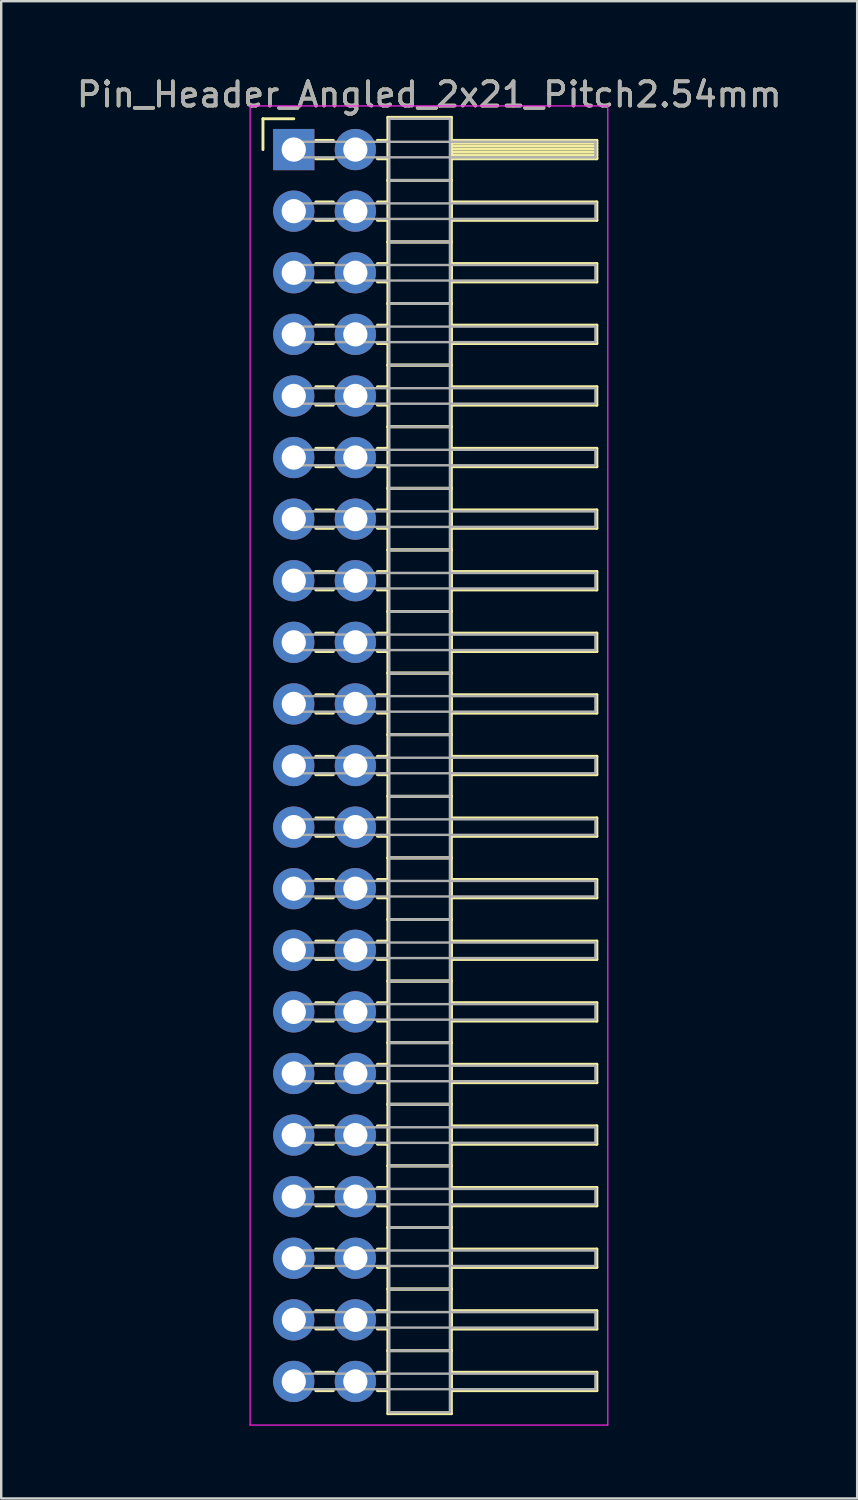
<source format=kicad_pcb>
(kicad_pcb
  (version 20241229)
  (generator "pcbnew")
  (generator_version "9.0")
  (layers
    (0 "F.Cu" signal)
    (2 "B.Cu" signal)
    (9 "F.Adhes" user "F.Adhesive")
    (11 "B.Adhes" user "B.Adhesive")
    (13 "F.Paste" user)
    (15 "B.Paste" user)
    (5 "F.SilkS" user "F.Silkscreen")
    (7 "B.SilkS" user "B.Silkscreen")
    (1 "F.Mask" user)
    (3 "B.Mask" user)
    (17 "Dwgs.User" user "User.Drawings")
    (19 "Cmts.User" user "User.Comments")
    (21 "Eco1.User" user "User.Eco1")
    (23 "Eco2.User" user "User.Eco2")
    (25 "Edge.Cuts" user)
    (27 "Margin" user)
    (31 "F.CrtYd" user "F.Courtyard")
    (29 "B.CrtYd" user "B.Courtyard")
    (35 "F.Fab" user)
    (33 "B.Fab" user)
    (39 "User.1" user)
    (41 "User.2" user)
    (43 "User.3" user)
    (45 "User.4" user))
  (footprint "Pin_Header_Angled_2x21_Pitch2.54mm"
    (layer "F.Cu")
    (at 9.064 3.118)
    (property "Reference" "Pin_Header_Angled_2x21_Pitch2.54mm" (at 5.585 -2.27 0) (layer "F.SilkS") (effects (font (size 1 1) (thickness 0.15))))
    (attr through_hole)
    (fp_line (start -1.27 -1.27) (end 0 -1.27) (stroke (width 0.12) (type solid)) (layer "F.SilkS"))
    (fp_line (start -1.27 0) (end -1.27 -1.27) (stroke (width 0.12) (type solid)) (layer "F.SilkS"))
    (fp_line (start 0.91 -0.38) (end 1.63 -0.38) (stroke (width 0.12) (type solid)) (layer "F.SilkS"))
    (fp_line (start 0.91 0.38) (end 1.63 0.38) (stroke (width 0.12) (type solid)) (layer "F.SilkS"))
    (fp_line (start 0.91 2.16) (end 1.63 2.16) (stroke (width 0.12) (type solid)) (layer "F.SilkS"))
    (fp_line (start 0.91 2.92) (end 1.63 2.92) (stroke (width 0.12) (type solid)) (layer "F.SilkS"))
    (fp_line (start 0.91 4.7) (end 1.63 4.7) (stroke (width 0.12) (type solid)) (layer "F.SilkS"))
    (fp_line (start 0.91 5.46) (end 1.63 5.46) (stroke (width 0.12) (type solid)) (layer "F.SilkS"))
    (fp_line (start 0.91 7.24) (end 1.63 7.24) (stroke (width 0.12) (type solid)) (layer "F.SilkS"))
    (fp_line (start 0.91 8) (end 1.63 8) (stroke (width 0.12) (type solid)) (layer "F.SilkS"))
    (fp_line (start 0.91 9.78) (end 1.63 9.78) (stroke (width 0.12) (type solid)) (layer "F.SilkS"))
    (fp_line (start 0.91 10.54) (end 1.63 10.54) (stroke (width 0.12) (type solid)) (layer "F.SilkS"))
    (fp_line (start 0.91 12.32) (end 1.63 12.32) (stroke (width 0.12) (type solid)) (layer "F.SilkS"))
    (fp_line (start 0.91 13.08) (end 1.63 13.08) (stroke (width 0.12) (type solid)) (layer "F.SilkS"))
    (fp_line (start 0.91 14.86) (end 1.63 14.86) (stroke (width 0.12) (type solid)) (layer "F.SilkS"))
    (fp_line (start 0.91 15.62) (end 1.63 15.62) (stroke (width 0.12) (type solid)) (layer "F.SilkS"))
    (fp_line (start 0.91 17.4) (end 1.63 17.4) (stroke (width 0.12) (type solid)) (layer "F.SilkS"))
    (fp_line (start 0.91 18.16) (end 1.63 18.16) (stroke (width 0.12) (type solid)) (layer "F.SilkS"))
    (fp_line (start 0.91 19.94) (end 1.63 19.94) (stroke (width 0.12) (type solid)) (layer "F.SilkS"))
    (fp_line (start 0.91 20.7) (end 1.63 20.7) (stroke (width 0.12) (type solid)) (layer "F.SilkS"))
    (fp_line (start 0.91 22.48) (end 1.63 22.48) (stroke (width 0.12) (type solid)) (layer "F.SilkS"))
    (fp_line (start 0.91 23.24) (end 1.63 23.24) (stroke (width 0.12) (type solid)) (layer "F.SilkS"))
    (fp_line (start 0.91 25.02) (end 1.63 25.02) (stroke (width 0.12) (type solid)) (layer "F.SilkS"))
    (fp_line (start 0.91 25.78) (end 1.63 25.78) (stroke (width 0.12) (type solid)) (layer "F.SilkS"))
    (fp_line (start 0.91 27.56) (end 1.63 27.56) (stroke (width 0.12) (type solid)) (layer "F.SilkS"))
    (fp_line (start 0.91 28.32) (end 1.63 28.32) (stroke (width 0.12) (type solid)) (layer "F.SilkS"))
    (fp_line (start 0.91 30.1) (end 1.63 30.1) (stroke (width 0.12) (type solid)) (layer "F.SilkS"))
    (fp_line (start 0.91 30.86) (end 1.63 30.86) (stroke (width 0.12) (type solid)) (layer "F.SilkS"))
    (fp_line (start 0.91 32.64) (end 1.63 32.64) (stroke (width 0.12) (type solid)) (layer "F.SilkS"))
    (fp_line (start 0.91 33.4) (end 1.63 33.4) (stroke (width 0.12) (type solid)) (layer "F.SilkS"))
    (fp_line (start 0.91 35.18) (end 1.63 35.18) (stroke (width 0.12) (type solid)) (layer "F.SilkS"))
    (fp_line (start 0.91 35.94) (end 1.63 35.94) (stroke (width 0.12) (type solid)) (layer "F.SilkS"))
    (fp_line (start 0.91 37.72) (end 1.63 37.72) (stroke (width 0.12) (type solid)) (layer "F.SilkS"))
    (fp_line (start 0.91 38.48) (end 1.63 38.48) (stroke (width 0.12) (type solid)) (layer "F.SilkS"))
    (fp_line (start 0.91 40.26) (end 1.63 40.26) (stroke (width 0.12) (type solid)) (layer "F.SilkS"))
    (fp_line (start 0.91 41.02) (end 1.63 41.02) (stroke (width 0.12) (type solid)) (layer "F.SilkS"))
    (fp_line (start 0.91 42.8) (end 1.63 42.8) (stroke (width 0.12) (type solid)) (layer "F.SilkS"))
    (fp_line (start 0.91 43.56) (end 1.63 43.56) (stroke (width 0.12) (type solid)) (layer "F.SilkS"))
    (fp_line (start 0.91 45.34) (end 1.63 45.34) (stroke (width 0.12) (type solid)) (layer "F.SilkS"))
    (fp_line (start 0.91 46.1) (end 1.63 46.1) (stroke (width 0.12) (type solid)) (layer "F.SilkS"))
    (fp_line (start 0.91 47.88) (end 1.63 47.88) (stroke (width 0.12) (type solid)) (layer "F.SilkS"))
    (fp_line (start 0.91 48.64) (end 1.63 48.64) (stroke (width 0.12) (type solid)) (layer "F.SilkS"))
    (fp_line (start 0.91 50.42) (end 1.63 50.42) (stroke (width 0.12) (type solid)) (layer "F.SilkS"))
    (fp_line (start 0.91 51.18) (end 1.63 51.18) (stroke (width 0.12) (type solid)) (layer "F.SilkS"))
    (fp_line (start 3.45 -0.38) (end 3.88 -0.38) (stroke (width 0.12) (type solid)) (layer "F.SilkS"))
    (fp_line (start 3.45 0.38) (end 3.88 0.38) (stroke (width 0.12) (type solid)) (layer "F.SilkS"))
    (fp_line (start 3.45 2.16) (end 3.88 2.16) (stroke (width 0.12) (type solid)) (layer "F.SilkS"))
    (fp_line (start 3.45 2.92) (end 3.88 2.92) (stroke (width 0.12) (type solid)) (layer "F.SilkS"))
    (fp_line (start 3.45 4.7) (end 3.88 4.7) (stroke (width 0.12) (type solid)) (layer "F.SilkS"))
    (fp_line (start 3.45 5.46) (end 3.88 5.46) (stroke (width 0.12) (type solid)) (layer "F.SilkS"))
    (fp_line (start 3.45 7.24) (end 3.88 7.24) (stroke (width 0.12) (type solid)) (layer "F.SilkS"))
    (fp_line (start 3.45 8) (end 3.88 8) (stroke (width 0.12) (type solid)) (layer "F.SilkS"))
    (fp_line (start 3.45 9.78) (end 3.88 9.78) (stroke (width 0.12) (type solid)) (layer "F.SilkS"))
    (fp_line (start 3.45 10.54) (end 3.88 10.54) (stroke (width 0.12) (type solid)) (layer "F.SilkS"))
    (fp_line (start 3.45 12.32) (end 3.88 12.32) (stroke (width 0.12) (type solid)) (layer "F.SilkS"))
    (fp_line (start 3.45 13.08) (end 3.88 13.08) (stroke (width 0.12) (type solid)) (layer "F.SilkS"))
    (fp_line (start 3.45 14.86) (end 3.88 14.86) (stroke (width 0.12) (type solid)) (layer "F.SilkS"))
    (fp_line (start 3.45 15.62) (end 3.88 15.62) (stroke (width 0.12) (type solid)) (layer "F.SilkS"))
    (fp_line (start 3.45 17.4) (end 3.88 17.4) (stroke (width 0.12) (type solid)) (layer "F.SilkS"))
    (fp_line (start 3.45 18.16) (end 3.88 18.16) (stroke (width 0.12) (type solid)) (layer "F.SilkS"))
    (fp_line (start 3.45 19.94) (end 3.88 19.94) (stroke (width 0.12) (type solid)) (layer "F.SilkS"))
    (fp_line (start 3.45 20.7) (end 3.88 20.7) (stroke (width 0.12) (type solid)) (layer "F.SilkS"))
    (fp_line (start 3.45 22.48) (end 3.88 22.48) (stroke (width 0.12) (type solid)) (layer "F.SilkS"))
    (fp_line (start 3.45 23.24) (end 3.88 23.24) (stroke (width 0.12) (type solid)) (layer "F.SilkS"))
    (fp_line (start 3.45 25.02) (end 3.88 25.02) (stroke (width 0.12) (type solid)) (layer "F.SilkS"))
    (fp_line (start 3.45 25.78) (end 3.88 25.78) (stroke (width 0.12) (type solid)) (layer "F.SilkS"))
    (fp_line (start 3.45 27.56) (end 3.88 27.56) (stroke (width 0.12) (type solid)) (layer "F.SilkS"))
    (fp_line (start 3.45 28.32) (end 3.88 28.32) (stroke (width 0.12) (type solid)) (layer "F.SilkS"))
    (fp_line (start 3.45 30.1) (end 3.88 30.1) (stroke (width 0.12) (type solid)) (layer "F.SilkS"))
    (fp_line (start 3.45 30.86) (end 3.88 30.86) (stroke (width 0.12) (type solid)) (layer "F.SilkS"))
    (fp_line (start 3.45 32.64) (end 3.88 32.64) (stroke (width 0.12) (type solid)) (layer "F.SilkS"))
    (fp_line (start 3.45 33.4) (end 3.88 33.4) (stroke (width 0.12) (type solid)) (layer "F.SilkS"))
    (fp_line (start 3.45 35.18) (end 3.88 35.18) (stroke (width 0.12) (type solid)) (layer "F.SilkS"))
    (fp_line (start 3.45 35.94) (end 3.88 35.94) (stroke (width 0.12) (type solid)) (layer "F.SilkS"))
    (fp_line (start 3.45 37.72) (end 3.88 37.72) (stroke (width 0.12) (type solid)) (layer "F.SilkS"))
    (fp_line (start 3.45 38.48) (end 3.88 38.48) (stroke (width 0.12) (type solid)) (layer "F.SilkS"))
    (fp_line (start 3.45 40.26) (end 3.88 40.26) (stroke (width 0.12) (type solid)) (layer "F.SilkS"))
    (fp_line (start 3.45 41.02) (end 3.88 41.02) (stroke (width 0.12) (type solid)) (layer "F.SilkS"))
    (fp_line (start 3.45 42.8) (end 3.88 42.8) (stroke (width 0.12) (type solid)) (layer "F.SilkS"))
    (fp_line (start 3.45 43.56) (end 3.88 43.56) (stroke (width 0.12) (type solid)) (layer "F.SilkS"))
    (fp_line (start 3.45 45.34) (end 3.88 45.34) (stroke (width 0.12) (type solid)) (layer "F.SilkS"))
    (fp_line (start 3.45 46.1) (end 3.88 46.1) (stroke (width 0.12) (type solid)) (layer "F.SilkS"))
    (fp_line (start 3.45 47.88) (end 3.88 47.88) (stroke (width 0.12) (type solid)) (layer "F.SilkS"))
    (fp_line (start 3.45 48.64) (end 3.88 48.64) (stroke (width 0.12) (type solid)) (layer "F.SilkS"))
    (fp_line (start 3.45 50.42) (end 3.88 50.42) (stroke (width 0.12) (type solid)) (layer "F.SilkS"))
    (fp_line (start 3.45 51.18) (end 3.88 51.18) (stroke (width 0.12) (type solid)) (layer "F.SilkS"))
    (fp_line (start 3.88 -1.33) (end 3.88 1.27) (stroke (width 0.12) (type solid)) (layer "F.SilkS"))
    (fp_line (start 3.88 1.27) (end 3.88 3.81) (stroke (width 0.12) (type solid)) (layer "F.SilkS"))
    (fp_line (start 3.88 1.27) (end 6.5 1.27) (stroke (width 0.12) (type solid)) (layer "F.SilkS"))
    (fp_line (start 3.88 3.81) (end 3.88 6.35) (stroke (width 0.12) (type solid)) (layer "F.SilkS"))
    (fp_line (start 3.88 3.81) (end 6.5 3.81) (stroke (width 0.12) (type solid)) (layer "F.SilkS"))
    (fp_line (start 3.88 6.35) (end 3.88 8.89) (stroke (width 0.12) (type solid)) (layer "F.SilkS"))
    (fp_line (start 3.88 6.35) (end 6.5 6.35) (stroke (width 0.12) (type solid)) (layer "F.SilkS"))
    (fp_line (start 3.88 8.89) (end 3.88 11.43) (stroke (width 0.12) (type solid)) (layer "F.SilkS"))
    (fp_line (start 3.88 8.89) (end 6.5 8.89) (stroke (width 0.12) (type solid)) (layer "F.SilkS"))
    (fp_line (start 3.88 11.43) (end 3.88 13.97) (stroke (width 0.12) (type solid)) (layer "F.SilkS"))
    (fp_line (start 3.88 11.43) (end 6.5 11.43) (stroke (width 0.12) (type solid)) (layer "F.SilkS"))
    (fp_line (start 3.88 13.97) (end 3.88 16.51) (stroke (width 0.12) (type solid)) (layer "F.SilkS"))
    (fp_line (start 3.88 13.97) (end 6.5 13.97) (stroke (width 0.12) (type solid)) (layer "F.SilkS"))
    (fp_line (start 3.88 16.51) (end 3.88 19.05) (stroke (width 0.12) (type solid)) (layer "F.SilkS"))
    (fp_line (start 3.88 16.51) (end 6.5 16.51) (stroke (width 0.12) (type solid)) (layer "F.SilkS"))
    (fp_line (start 3.88 19.05) (end 3.88 21.59) (stroke (width 0.12) (type solid)) (layer "F.SilkS"))
    (fp_line (start 3.88 19.05) (end 6.5 19.05) (stroke (width 0.12) (type solid)) (layer "F.SilkS"))
    (fp_line (start 3.88 21.59) (end 3.88 24.13) (stroke (width 0.12) (type solid)) (layer "F.SilkS"))
    (fp_line (start 3.88 21.59) (end 6.5 21.59) (stroke (width 0.12) (type solid)) (layer "F.SilkS"))
    (fp_line (start 3.88 24.13) (end 3.88 26.67) (stroke (width 0.12) (type solid)) (layer "F.SilkS"))
    (fp_line (start 3.88 24.13) (end 6.5 24.13) (stroke (width 0.12) (type solid)) (layer "F.SilkS"))
    (fp_line (start 3.88 26.67) (end 3.88 29.21) (stroke (width 0.12) (type solid)) (layer "F.SilkS"))
    (fp_line (start 3.88 26.67) (end 6.5 26.67) (stroke (width 0.12) (type solid)) (layer "F.SilkS"))
    (fp_line (start 3.88 29.21) (end 3.88 31.75) (stroke (width 0.12) (type solid)) (layer "F.SilkS"))
    (fp_line (start 3.88 29.21) (end 6.5 29.21) (stroke (width 0.12) (type solid)) (layer "F.SilkS"))
    (fp_line (start 3.88 31.75) (end 3.88 34.29) (stroke (width 0.12) (type solid)) (layer "F.SilkS"))
    (fp_line (start 3.88 31.75) (end 6.5 31.75) (stroke (width 0.12) (type solid)) (layer "F.SilkS"))
    (fp_line (start 3.88 34.29) (end 3.88 36.83) (stroke (width 0.12) (type solid)) (layer "F.SilkS"))
    (fp_line (start 3.88 34.29) (end 6.5 34.29) (stroke (width 0.12) (type solid)) (layer "F.SilkS"))
    (fp_line (start 3.88 36.83) (end 3.88 39.37) (stroke (width 0.12) (type solid)) (layer "F.SilkS"))
    (fp_line (start 3.88 36.83) (end 6.5 36.83) (stroke (width 0.12) (type solid)) (layer "F.SilkS"))
    (fp_line (start 3.88 39.37) (end 3.88 41.91) (stroke (width 0.12) (type solid)) (layer "F.SilkS"))
    (fp_line (start 3.88 39.37) (end 6.5 39.37) (stroke (width 0.12) (type solid)) (layer "F.SilkS"))
    (fp_line (start 3.88 41.91) (end 3.88 44.45) (stroke (width 0.12) (type solid)) (layer "F.SilkS"))
    (fp_line (start 3.88 41.91) (end 6.5 41.91) (stroke (width 0.12) (type solid)) (layer "F.SilkS"))
    (fp_line (start 3.88 44.45) (end 3.88 46.99) (stroke (width 0.12) (type solid)) (layer "F.SilkS"))
    (fp_line (start 3.88 44.45) (end 6.5 44.45) (stroke (width 0.12) (type solid)) (layer "F.SilkS"))
    (fp_line (start 3.88 46.99) (end 3.88 49.53) (stroke (width 0.12) (type solid)) (layer "F.SilkS"))
    (fp_line (start 3.88 46.99) (end 6.5 46.99) (stroke (width 0.12) (type solid)) (layer "F.SilkS"))
    (fp_line (start 3.88 49.53) (end 3.88 52.13) (stroke (width 0.12) (type solid)) (layer "F.SilkS"))
    (fp_line (start 3.88 49.53) (end 6.5 49.53) (stroke (width 0.12) (type solid)) (layer "F.SilkS"))
    (fp_line (start 3.88 52.13) (end 6.5 52.13) (stroke (width 0.12) (type solid)) (layer "F.SilkS"))
    (fp_line (start 6.5 -1.33) (end 3.88 -1.33) (stroke (width 0.12) (type solid)) (layer "F.SilkS"))
    (fp_line (start 6.5 -0.38) (end 6.5 0.38) (stroke (width 0.12) (type solid)) (layer "F.SilkS"))
    (fp_line (start 6.5 -0.26) (end 12.5 -0.26) (stroke (width 0.12) (type solid)) (layer "F.SilkS"))
    (fp_line (start 6.5 -0.14) (end 12.5 -0.14) (stroke (width 0.12) (type solid)) (layer "F.SilkS"))
    (fp_line (start 6.5 -0.02) (end 12.5 -0.02) (stroke (width 0.12) (type solid)) (layer "F.SilkS"))
    (fp_line (start 6.5 0.1) (end 12.5 0.1) (stroke (width 0.12) (type solid)) (layer "F.SilkS"))
    (fp_line (start 6.5 0.22) (end 12.5 0.22) (stroke (width 0.12) (type solid)) (layer "F.SilkS"))
    (fp_line (start 6.5 0.34) (end 12.5 0.34) (stroke (width 0.12) (type solid)) (layer "F.SilkS"))
    (fp_line (start 6.5 0.38) (end 12.5 0.38) (stroke (width 0.12) (type solid)) (layer "F.SilkS"))
    (fp_line (start 6.5 1.27) (end 3.88 1.27) (stroke (width 0.12) (type solid)) (layer "F.SilkS"))
    (fp_line (start 6.5 1.27) (end 6.5 -1.33) (stroke (width 0.12) (type solid)) (layer "F.SilkS"))
    (fp_line (start 6.5 2.16) (end 6.5 2.92) (stroke (width 0.12) (type solid)) (layer "F.SilkS"))
    (fp_line (start 6.5 2.92) (end 12.5 2.92) (stroke (width 0.12) (type solid)) (layer "F.SilkS"))
    (fp_line (start 6.5 3.81) (end 3.88 3.81) (stroke (width 0.12) (type solid)) (layer "F.SilkS"))
    (fp_line (start 6.5 3.81) (end 6.5 1.27) (stroke (width 0.12) (type solid)) (layer "F.SilkS"))
    (fp_line (start 6.5 4.7) (end 6.5 5.46) (stroke (width 0.12) (type solid)) (layer "F.SilkS"))
    (fp_line (start 6.5 5.46) (end 12.5 5.46) (stroke (width 0.12) (type solid)) (layer "F.SilkS"))
    (fp_line (start 6.5 6.35) (end 3.88 6.35) (stroke (width 0.12) (type solid)) (layer "F.SilkS"))
    (fp_line (start 6.5 6.35) (end 6.5 3.81) (stroke (width 0.12) (type solid)) (layer "F.SilkS"))
    (fp_line (start 6.5 7.24) (end 6.5 8) (stroke (width 0.12) (type solid)) (layer "F.SilkS"))
    (fp_line (start 6.5 8) (end 12.5 8) (stroke (width 0.12) (type solid)) (layer "F.SilkS"))
    (fp_line (start 6.5 8.89) (end 3.88 8.89) (stroke (width 0.12) (type solid)) (layer "F.SilkS"))
    (fp_line (start 6.5 8.89) (end 6.5 6.35) (stroke (width 0.12) (type solid)) (layer "F.SilkS"))
    (fp_line (start 6.5 9.78) (end 6.5 10.54) (stroke (width 0.12) (type solid)) (layer "F.SilkS"))
    (fp_line (start 6.5 10.54) (end 12.5 10.54) (stroke (width 0.12) (type solid)) (layer "F.SilkS"))
    (fp_line (start 6.5 11.43) (end 3.88 11.43) (stroke (width 0.12) (type solid)) (layer "F.SilkS"))
    (fp_line (start 6.5 11.43) (end 6.5 8.89) (stroke (width 0.12) (type solid)) (layer "F.SilkS"))
    (fp_line (start 6.5 12.32) (end 6.5 13.08) (stroke (width 0.12) (type solid)) (layer "F.SilkS"))
    (fp_line (start 6.5 13.08) (end 12.5 13.08) (stroke (width 0.12) (type solid)) (layer "F.SilkS"))
    (fp_line (start 6.5 13.97) (end 3.88 13.97) (stroke (width 0.12) (type solid)) (layer "F.SilkS"))
    (fp_line (start 6.5 13.97) (end 6.5 11.43) (stroke (width 0.12) (type solid)) (layer "F.SilkS"))
    (fp_line (start 6.5 14.86) (end 6.5 15.62) (stroke (width 0.12) (type solid)) (layer "F.SilkS"))
    (fp_line (start 6.5 15.62) (end 12.5 15.62) (stroke (width 0.12) (type solid)) (layer "F.SilkS"))
    (fp_line (start 6.5 16.51) (end 3.88 16.51) (stroke (width 0.12) (type solid)) (layer "F.SilkS"))
    (fp_line (start 6.5 16.51) (end 6.5 13.97) (stroke (width 0.12) (type solid)) (layer "F.SilkS"))
    (fp_line (start 6.5 17.4) (end 6.5 18.16) (stroke (width 0.12) (type solid)) (layer "F.SilkS"))
    (fp_line (start 6.5 18.16) (end 12.5 18.16) (stroke (width 0.12) (type solid)) (layer "F.SilkS"))
    (fp_line (start 6.5 19.05) (end 3.88 19.05) (stroke (width 0.12) (type solid)) (layer "F.SilkS"))
    (fp_line (start 6.5 19.05) (end 6.5 16.51) (stroke (width 0.12) (type solid)) (layer "F.SilkS"))
    (fp_line (start 6.5 19.94) (end 6.5 20.7) (stroke (width 0.12) (type solid)) (layer "F.SilkS"))
    (fp_line (start 6.5 20.7) (end 12.5 20.7) (stroke (width 0.12) (type solid)) (layer "F.SilkS"))
    (fp_line (start 6.5 21.59) (end 3.88 21.59) (stroke (width 0.12) (type solid)) (layer "F.SilkS"))
    (fp_line (start 6.5 21.59) (end 6.5 19.05) (stroke (width 0.12) (type solid)) (layer "F.SilkS"))
    (fp_line (start 6.5 22.48) (end 6.5 23.24) (stroke (width 0.12) (type solid)) (layer "F.SilkS"))
    (fp_line (start 6.5 23.24) (end 12.5 23.24) (stroke (width 0.12) (type solid)) (layer "F.SilkS"))
    (fp_line (start 6.5 24.13) (end 3.88 24.13) (stroke (width 0.12) (type solid)) (layer "F.SilkS"))
    (fp_line (start 6.5 24.13) (end 6.5 21.59) (stroke (width 0.12) (type solid)) (layer "F.SilkS"))
    (fp_line (start 6.5 25.02) (end 6.5 25.78) (stroke (width 0.12) (type solid)) (layer "F.SilkS"))
    (fp_line (start 6.5 25.78) (end 12.5 25.78) (stroke (width 0.12) (type solid)) (layer "F.SilkS"))
    (fp_line (start 6.5 26.67) (end 3.88 26.67) (stroke (width 0.12) (type solid)) (layer "F.SilkS"))
    (fp_line (start 6.5 26.67) (end 6.5 24.13) (stroke (width 0.12) (type solid)) (layer "F.SilkS"))
    (fp_line (start 6.5 27.56) (end 6.5 28.32) (stroke (width 0.12) (type solid)) (layer "F.SilkS"))
    (fp_line (start 6.5 28.32) (end 12.5 28.32) (stroke (width 0.12) (type solid)) (layer "F.SilkS"))
    (fp_line (start 6.5 29.21) (end 3.88 29.21) (stroke (width 0.12) (type solid)) (layer "F.SilkS"))
    (fp_line (start 6.5 29.21) (end 6.5 26.67) (stroke (width 0.12) (type solid)) (layer "F.SilkS"))
    (fp_line (start 6.5 30.1) (end 6.5 30.86) (stroke (width 0.12) (type solid)) (layer "F.SilkS"))
    (fp_line (start 6.5 30.86) (end 12.5 30.86) (stroke (width 0.12) (type solid)) (layer "F.SilkS"))
    (fp_line (start 6.5 31.75) (end 3.88 31.75) (stroke (width 0.12) (type solid)) (layer "F.SilkS"))
    (fp_line (start 6.5 31.75) (end 6.5 29.21) (stroke (width 0.12) (type solid)) (layer "F.SilkS"))
    (fp_line (start 6.5 32.64) (end 6.5 33.4) (stroke (width 0.12) (type solid)) (layer "F.SilkS"))
    (fp_line (start 6.5 33.4) (end 12.5 33.4) (stroke (width 0.12) (type solid)) (layer "F.SilkS"))
    (fp_line (start 6.5 34.29) (end 3.88 34.29) (stroke (width 0.12) (type solid)) (layer "F.SilkS"))
    (fp_line (start 6.5 34.29) (end 6.5 31.75) (stroke (width 0.12) (type solid)) (layer "F.SilkS"))
    (fp_line (start 6.5 35.18) (end 6.5 35.94) (stroke (width 0.12) (type solid)) (layer "F.SilkS"))
    (fp_line (start 6.5 35.94) (end 12.5 35.94) (stroke (width 0.12) (type solid)) (layer "F.SilkS"))
    (fp_line (start 6.5 36.83) (end 3.88 36.83) (stroke (width 0.12) (type solid)) (layer "F.SilkS"))
    (fp_line (start 6.5 36.83) (end 6.5 34.29) (stroke (width 0.12) (type solid)) (layer "F.SilkS"))
    (fp_line (start 6.5 37.72) (end 6.5 38.48) (stroke (width 0.12) (type solid)) (layer "F.SilkS"))
    (fp_line (start 6.5 38.48) (end 12.5 38.48) (stroke (width 0.12) (type solid)) (layer "F.SilkS"))
    (fp_line (start 6.5 39.37) (end 3.88 39.37) (stroke (width 0.12) (type solid)) (layer "F.SilkS"))
    (fp_line (start 6.5 39.37) (end 6.5 36.83) (stroke (width 0.12) (type solid)) (layer "F.SilkS"))
    (fp_line (start 6.5 40.26) (end 6.5 41.02) (stroke (width 0.12) (type solid)) (layer "F.SilkS"))
    (fp_line (start 6.5 41.02) (end 12.5 41.02) (stroke (width 0.12) (type solid)) (layer "F.SilkS"))
    (fp_line (start 6.5 41.91) (end 3.88 41.91) (stroke (width 0.12) (type solid)) (layer "F.SilkS"))
    (fp_line (start 6.5 41.91) (end 6.5 39.37) (stroke (width 0.12) (type solid)) (layer "F.SilkS"))
    (fp_line (start 6.5 42.8) (end 6.5 43.56) (stroke (width 0.12) (type solid)) (layer "F.SilkS"))
    (fp_line (start 6.5 43.56) (end 12.5 43.56) (stroke (width 0.12) (type solid)) (layer "F.SilkS"))
    (fp_line (start 6.5 44.45) (end 3.88 44.45) (stroke (width 0.12) (type solid)) (layer "F.SilkS"))
    (fp_line (start 6.5 44.45) (end 6.5 41.91) (stroke (width 0.12) (type solid)) (layer "F.SilkS"))
    (fp_line (start 6.5 45.34) (end 6.5 46.1) (stroke (width 0.12) (type solid)) (layer "F.SilkS"))
    (fp_line (start 6.5 46.1) (end 12.5 46.1) (stroke (width 0.12) (type solid)) (layer "F.SilkS"))
    (fp_line (start 6.5 46.99) (end 3.88 46.99) (stroke (width 0.12) (type solid)) (layer "F.SilkS"))
    (fp_line (start 6.5 46.99) (end 6.5 44.45) (stroke (width 0.12) (type solid)) (layer "F.SilkS"))
    (fp_line (start 6.5 47.88) (end 6.5 48.64) (stroke (width 0.12) (type solid)) (layer "F.SilkS"))
    (fp_line (start 6.5 48.64) (end 12.5 48.64) (stroke (width 0.12) (type solid)) (layer "F.SilkS"))
    (fp_line (start 6.5 49.53) (end 3.88 49.53) (stroke (width 0.12) (type solid)) (layer "F.SilkS"))
    (fp_line (start 6.5 49.53) (end 6.5 46.99) (stroke (width 0.12) (type solid)) (layer "F.SilkS"))
    (fp_line (start 6.5 50.42) (end 6.5 51.18) (stroke (width 0.12) (type solid)) (layer "F.SilkS"))
    (fp_line (start 6.5 51.18) (end 12.5 51.18) (stroke (width 0.12) (type solid)) (layer "F.SilkS"))
    (fp_line (start 6.5 52.13) (end 6.5 49.53) (stroke (width 0.12) (type solid)) (layer "F.SilkS"))
    (fp_line (start 12.5 -0.38) (end 6.5 -0.38) (stroke (width 0.12) (type solid)) (layer "F.SilkS"))
    (fp_line (start 12.5 0.38) (end 12.5 -0.38) (stroke (width 0.12) (type solid)) (layer "F.SilkS"))
    (fp_line (start 12.5 2.16) (end 6.5 2.16) (stroke (width 0.12) (type solid)) (layer "F.SilkS"))
    (fp_line (start 12.5 2.92) (end 12.5 2.16) (stroke (width 0.12) (type solid)) (layer "F.SilkS"))
    (fp_line (start 12.5 4.7) (end 6.5 4.7) (stroke (width 0.12) (type solid)) (layer "F.SilkS"))
    (fp_line (start 12.5 5.46) (end 12.5 4.7) (stroke (width 0.12) (type solid)) (layer "F.SilkS"))
    (fp_line (start 12.5 7.24) (end 6.5 7.24) (stroke (width 0.12) (type solid)) (layer "F.SilkS"))
    (fp_line (start 12.5 8) (end 12.5 7.24) (stroke (width 0.12) (type solid)) (layer "F.SilkS"))
    (fp_line (start 12.5 9.78) (end 6.5 9.78) (stroke (width 0.12) (type solid)) (layer "F.SilkS"))
    (fp_line (start 12.5 10.54) (end 12.5 9.78) (stroke (width 0.12) (type solid)) (layer "F.SilkS"))
    (fp_line (start 12.5 12.32) (end 6.5 12.32) (stroke (width 0.12) (type solid)) (layer "F.SilkS"))
    (fp_line (start 12.5 13.08) (end 12.5 12.32) (stroke (width 0.12) (type solid)) (layer "F.SilkS"))
    (fp_line (start 12.5 14.86) (end 6.5 14.86) (stroke (width 0.12) (type solid)) (layer "F.SilkS"))
    (fp_line (start 12.5 15.62) (end 12.5 14.86) (stroke (width 0.12) (type solid)) (layer "F.SilkS"))
    (fp_line (start 12.5 17.4) (end 6.5 17.4) (stroke (width 0.12) (type solid)) (layer "F.SilkS"))
    (fp_line (start 12.5 18.16) (end 12.5 17.4) (stroke (width 0.12) (type solid)) (layer "F.SilkS"))
    (fp_line (start 12.5 19.94) (end 6.5 19.94) (stroke (width 0.12) (type solid)) (layer "F.SilkS"))
    (fp_line (start 12.5 20.7) (end 12.5 19.94) (stroke (width 0.12) (type solid)) (layer "F.SilkS"))
    (fp_line (start 12.5 22.48) (end 6.5 22.48) (stroke (width 0.12) (type solid)) (layer "F.SilkS"))
    (fp_line (start 12.5 23.24) (end 12.5 22.48) (stroke (width 0.12) (type solid)) (layer "F.SilkS"))
    (fp_line (start 12.5 25.02) (end 6.5 25.02) (stroke (width 0.12) (type solid)) (layer "F.SilkS"))
    (fp_line (start 12.5 25.78) (end 12.5 25.02) (stroke (width 0.12) (type solid)) (layer "F.SilkS"))
    (fp_line (start 12.5 27.56) (end 6.5 27.56) (stroke (width 0.12) (type solid)) (layer "F.SilkS"))
    (fp_line (start 12.5 28.32) (end 12.5 27.56) (stroke (width 0.12) (type solid)) (layer "F.SilkS"))
    (fp_line (start 12.5 30.1) (end 6.5 30.1) (stroke (width 0.12) (type solid)) (layer "F.SilkS"))
    (fp_line (start 12.5 30.86) (end 12.5 30.1) (stroke (width 0.12) (type solid)) (layer "F.SilkS"))
    (fp_line (start 12.5 32.64) (end 6.5 32.64) (stroke (width 0.12) (type solid)) (layer "F.SilkS"))
    (fp_line (start 12.5 33.4) (end 12.5 32.64) (stroke (width 0.12) (type solid)) (layer "F.SilkS"))
    (fp_line (start 12.5 35.18) (end 6.5 35.18) (stroke (width 0.12) (type solid)) (layer "F.SilkS"))
    (fp_line (start 12.5 35.94) (end 12.5 35.18) (stroke (width 0.12) (type solid)) (layer "F.SilkS"))
    (fp_line (start 12.5 37.72) (end 6.5 37.72) (stroke (width 0.12) (type solid)) (layer "F.SilkS"))
    (fp_line (start 12.5 38.48) (end 12.5 37.72) (stroke (width 0.12) (type solid)) (layer "F.SilkS"))
    (fp_line (start 12.5 40.26) (end 6.5 40.26) (stroke (width 0.12) (type solid)) (layer "F.SilkS"))
    (fp_line (start 12.5 41.02) (end 12.5 40.26) (stroke (width 0.12) (type solid)) (layer "F.SilkS"))
    (fp_line (start 12.5 42.8) (end 6.5 42.8) (stroke (width 0.12) (type solid)) (layer "F.SilkS"))
    (fp_line (start 12.5 43.56) (end 12.5 42.8) (stroke (width 0.12) (type solid)) (layer "F.SilkS"))
    (fp_line (start 12.5 45.34) (end 6.5 45.34) (stroke (width 0.12) (type solid)) (layer "F.SilkS"))
    (fp_line (start 12.5 46.1) (end 12.5 45.34) (stroke (width 0.12) (type solid)) (layer "F.SilkS"))
    (fp_line (start 12.5 47.88) (end 6.5 47.88) (stroke (width 0.12) (type solid)) (layer "F.SilkS"))
    (fp_line (start 12.5 48.64) (end 12.5 47.88) (stroke (width 0.12) (type solid)) (layer "F.SilkS"))
    (fp_line (start 12.5 50.42) (end 6.5 50.42) (stroke (width 0.12) (type solid)) (layer "F.SilkS"))
    (fp_line (start 12.5 51.18) (end 12.5 50.42) (stroke (width 0.12) (type solid)) (layer "F.SilkS"))
    (fp_line (start -1.8 -1.8) (end -1.8 52.6) (stroke (width 0.05) (type solid)) (layer "F.CrtYd"))
    (fp_line (start -1.8 52.6) (end 12.95 52.6) (stroke (width 0.05) (type solid)) (layer "F.CrtYd"))
    (fp_line (start 12.95 -1.8) (end -1.8 -1.8) (stroke (width 0.05) (type solid)) (layer "F.CrtYd"))
    (fp_line (start 12.95 52.6) (end 12.95 -1.8) (stroke (width 0.05) (type solid)) (layer "F.CrtYd"))
    (fp_line (start 0 -0.32) (end 0 0.32) (stroke (width 0.1) (type solid)) (layer "F.Fab"))
    (fp_line (start 0 0.32) (end 12.44 0.32) (stroke (width 0.1) (type solid)) (layer "F.Fab"))
    (fp_line (start 0 2.22) (end 0 2.86) (stroke (width 0.1) (type solid)) (layer "F.Fab"))
    (fp_line (start 0 2.86) (end 12.44 2.86) (stroke (width 0.1) (type solid)) (layer "F.Fab"))
    (fp_line (start 0 4.76) (end 0 5.4) (stroke (width 0.1) (type solid)) (layer "F.Fab"))
    (fp_line (start 0 5.4) (end 12.44 5.4) (stroke (width 0.1) (type solid)) (layer "F.Fab"))
    (fp_line (start 0 7.3) (end 0 7.94) (stroke (width 0.1) (type solid)) (layer "F.Fab"))
    (fp_line (start 0 7.94) (end 12.44 7.94) (stroke (width 0.1) (type solid)) (layer "F.Fab"))
    (fp_line (start 0 9.84) (end 0 10.48) (stroke (width 0.1) (type solid)) (layer "F.Fab"))
    (fp_line (start 0 10.48) (end 12.44 10.48) (stroke (width 0.1) (type solid)) (layer "F.Fab"))
    (fp_line (start 0 12.38) (end 0 13.02) (stroke (width 0.1) (type solid)) (layer "F.Fab"))
    (fp_line (start 0 13.02) (end 12.44 13.02) (stroke (width 0.1) (type solid)) (layer "F.Fab"))
    (fp_line (start 0 14.92) (end 0 15.56) (stroke (width 0.1) (type solid)) (layer "F.Fab"))
    (fp_line (start 0 15.56) (end 12.44 15.56) (stroke (width 0.1) (type solid)) (layer "F.Fab"))
    (fp_line (start 0 17.46) (end 0 18.1) (stroke (width 0.1) (type solid)) (layer "F.Fab"))
    (fp_line (start 0 18.1) (end 12.44 18.1) (stroke (width 0.1) (type solid)) (layer "F.Fab"))
    (fp_line (start 0 20) (end 0 20.64) (stroke (width 0.1) (type solid)) (layer "F.Fab"))
    (fp_line (start 0 20.64) (end 12.44 20.64) (stroke (width 0.1) (type solid)) (layer "F.Fab"))
    (fp_line (start 0 22.54) (end 0 23.18) (stroke (width 0.1) (type solid)) (layer "F.Fab"))
    (fp_line (start 0 23.18) (end 12.44 23.18) (stroke (width 0.1) (type solid)) (layer "F.Fab"))
    (fp_line (start 0 25.08) (end 0 25.72) (stroke (width 0.1) (type solid)) (layer "F.Fab"))
    (fp_line (start 0 25.72) (end 12.44 25.72) (stroke (width 0.1) (type solid)) (layer "F.Fab"))
    (fp_line (start 0 27.62) (end 0 28.26) (stroke (width 0.1) (type solid)) (layer "F.Fab"))
    (fp_line (start 0 28.26) (end 12.44 28.26) (stroke (width 0.1) (type solid)) (layer "F.Fab"))
    (fp_line (start 0 30.16) (end 0 30.8) (stroke (width 0.1) (type solid)) (layer "F.Fab"))
    (fp_line (start 0 30.8) (end 12.44 30.8) (stroke (width 0.1) (type solid)) (layer "F.Fab"))
    (fp_line (start 0 32.7) (end 0 33.34) (stroke (width 0.1) (type solid)) (layer "F.Fab"))
    (fp_line (start 0 33.34) (end 12.44 33.34) (stroke (width 0.1) (type solid)) (layer "F.Fab"))
    (fp_line (start 0 35.24) (end 0 35.88) (stroke (width 0.1) (type solid)) (layer "F.Fab"))
    (fp_line (start 0 35.88) (end 12.44 35.88) (stroke (width 0.1) (type solid)) (layer "F.Fab"))
    (fp_line (start 0 37.78) (end 0 38.42) (stroke (width 0.1) (type solid)) (layer "F.Fab"))
    (fp_line (start 0 38.42) (end 12.44 38.42) (stroke (width 0.1) (type solid)) (layer "F.Fab"))
    (fp_line (start 0 40.32) (end 0 40.96) (stroke (width 0.1) (type solid)) (layer "F.Fab"))
    (fp_line (start 0 40.96) (end 12.44 40.96) (stroke (width 0.1) (type solid)) (layer "F.Fab"))
    (fp_line (start 0 42.86) (end 0 43.5) (stroke (width 0.1) (type solid)) (layer "F.Fab"))
    (fp_line (start 0 43.5) (end 12.44 43.5) (stroke (width 0.1) (type solid)) (layer "F.Fab"))
    (fp_line (start 0 45.4) (end 0 46.04) (stroke (width 0.1) (type solid)) (layer "F.Fab"))
    (fp_line (start 0 46.04) (end 12.44 46.04) (stroke (width 0.1) (type solid)) (layer "F.Fab"))
    (fp_line (start 0 47.94) (end 0 48.58) (stroke (width 0.1) (type solid)) (layer "F.Fab"))
    (fp_line (start 0 48.58) (end 12.44 48.58) (stroke (width 0.1) (type solid)) (layer "F.Fab"))
    (fp_line (start 0 50.48) (end 0 51.12) (stroke (width 0.1) (type solid)) (layer "F.Fab"))
    (fp_line (start 0 51.12) (end 12.44 51.12) (stroke (width 0.1) (type solid)) (layer "F.Fab"))
    (fp_line (start 3.94 -1.27) (end 3.94 1.27) (stroke (width 0.1) (type solid)) (layer "F.Fab"))
    (fp_line (start 3.94 1.27) (end 3.94 3.81) (stroke (width 0.1) (type solid)) (layer "F.Fab"))
    (fp_line (start 3.94 1.27) (end 6.44 1.27) (stroke (width 0.1) (type solid)) (layer "F.Fab"))
    (fp_line (start 3.94 3.81) (end 3.94 6.35) (stroke (width 0.1) (type solid)) (layer "F.Fab"))
    (fp_line (start 3.94 3.81) (end 6.44 3.81) (stroke (width 0.1) (type solid)) (layer "F.Fab"))
    (fp_line (start 3.94 6.35) (end 3.94 8.89) (stroke (width 0.1) (type solid)) (layer "F.Fab"))
    (fp_line (start 3.94 6.35) (end 6.44 6.35) (stroke (width 0.1) (type solid)) (layer "F.Fab"))
    (fp_line (start 3.94 8.89) (end 3.94 11.43) (stroke (width 0.1) (type solid)) (layer "F.Fab"))
    (fp_line (start 3.94 8.89) (end 6.44 8.89) (stroke (width 0.1) (type solid)) (layer "F.Fab"))
    (fp_line (start 3.94 11.43) (end 3.94 13.97) (stroke (width 0.1) (type solid)) (layer "F.Fab"))
    (fp_line (start 3.94 11.43) (end 6.44 11.43) (stroke (width 0.1) (type solid)) (layer "F.Fab"))
    (fp_line (start 3.94 13.97) (end 3.94 16.51) (stroke (width 0.1) (type solid)) (layer "F.Fab"))
    (fp_line (start 3.94 13.97) (end 6.44 13.97) (stroke (width 0.1) (type solid)) (layer "F.Fab"))
    (fp_line (start 3.94 16.51) (end 3.94 19.05) (stroke (width 0.1) (type solid)) (layer "F.Fab"))
    (fp_line (start 3.94 16.51) (end 6.44 16.51) (stroke (width 0.1) (type solid)) (layer "F.Fab"))
    (fp_line (start 3.94 19.05) (end 3.94 21.59) (stroke (width 0.1) (type solid)) (layer "F.Fab"))
    (fp_line (start 3.94 19.05) (end 6.44 19.05) (stroke (width 0.1) (type solid)) (layer "F.Fab"))
    (fp_line (start 3.94 21.59) (end 3.94 24.13) (stroke (width 0.1) (type solid)) (layer "F.Fab"))
    (fp_line (start 3.94 21.59) (end 6.44 21.59) (stroke (width 0.1) (type solid)) (layer "F.Fab"))
    (fp_line (start 3.94 24.13) (end 3.94 26.67) (stroke (width 0.1) (type solid)) (layer "F.Fab"))
    (fp_line (start 3.94 24.13) (end 6.44 24.13) (stroke (width 0.1) (type solid)) (layer "F.Fab"))
    (fp_line (start 3.94 26.67) (end 3.94 29.21) (stroke (width 0.1) (type solid)) (layer "F.Fab"))
    (fp_line (start 3.94 26.67) (end 6.44 26.67) (stroke (width 0.1) (type solid)) (layer "F.Fab"))
    (fp_line (start 3.94 29.21) (end 3.94 31.75) (stroke (width 0.1) (type solid)) (layer "F.Fab"))
    (fp_line (start 3.94 29.21) (end 6.44 29.21) (stroke (width 0.1) (type solid)) (layer "F.Fab"))
    (fp_line (start 3.94 31.75) (end 3.94 34.29) (stroke (width 0.1) (type solid)) (layer "F.Fab"))
    (fp_line (start 3.94 31.75) (end 6.44 31.75) (stroke (width 0.1) (type solid)) (layer "F.Fab"))
    (fp_line (start 3.94 34.29) (end 3.94 36.83) (stroke (width 0.1) (type solid)) (layer "F.Fab"))
    (fp_line (start 3.94 34.29) (end 6.44 34.29) (stroke (width 0.1) (type solid)) (layer "F.Fab"))
    (fp_line (start 3.94 36.83) (end 3.94 39.37) (stroke (width 0.1) (type solid)) (layer "F.Fab"))
    (fp_line (start 3.94 36.83) (end 6.44 36.83) (stroke (width 0.1) (type solid)) (layer "F.Fab"))
    (fp_line (start 3.94 39.37) (end 3.94 41.91) (stroke (width 0.1) (type solid)) (layer "F.Fab"))
    (fp_line (start 3.94 39.37) (end 6.44 39.37) (stroke (width 0.1) (type solid)) (layer "F.Fab"))
    (fp_line (start 3.94 41.91) (end 3.94 44.45) (stroke (width 0.1) (type solid)) (layer "F.Fab"))
    (fp_line (start 3.94 41.91) (end 6.44 41.91) (stroke (width 0.1) (type solid)) (layer "F.Fab"))
    (fp_line (start 3.94 44.45) (end 3.94 46.99) (stroke (width 0.1) (type solid)) (layer "F.Fab"))
    (fp_line (start 3.94 44.45) (end 6.44 44.45) (stroke (width 0.1) (type solid)) (layer "F.Fab"))
    (fp_line (start 3.94 46.99) (end 3.94 49.53) (stroke (width 0.1) (type solid)) (layer "F.Fab"))
    (fp_line (start 3.94 46.99) (end 6.44 46.99) (stroke (width 0.1) (type solid)) (layer "F.Fab"))
    (fp_line (start 3.94 49.53) (end 3.94 52.07) (stroke (width 0.1) (type solid)) (layer "F.Fab"))
    (fp_line (start 3.94 49.53) (end 6.44 49.53) (stroke (width 0.1) (type solid)) (layer "F.Fab"))
    (fp_line (start 3.94 52.07) (end 6.44 52.07) (stroke (width 0.1) (type solid)) (layer "F.Fab"))
    (fp_line (start 6.44 -1.27) (end 3.94 -1.27) (stroke (width 0.1) (type solid)) (layer "F.Fab"))
    (fp_line (start 6.44 1.27) (end 3.94 1.27) (stroke (width 0.1) (type solid)) (layer "F.Fab"))
    (fp_line (start 6.44 1.27) (end 6.44 -1.27) (stroke (width 0.1) (type solid)) (layer "F.Fab"))
    (fp_line (start 6.44 3.81) (end 3.94 3.81) (stroke (width 0.1) (type solid)) (layer "F.Fab"))
    (fp_line (start 6.44 3.81) (end 6.44 1.27) (stroke (width 0.1) (type solid)) (layer "F.Fab"))
    (fp_line (start 6.44 6.35) (end 3.94 6.35) (stroke (width 0.1) (type solid)) (layer "F.Fab"))
    (fp_line (start 6.44 6.35) (end 6.44 3.81) (stroke (width 0.1) (type solid)) (layer "F.Fab"))
    (fp_line (start 6.44 8.89) (end 3.94 8.89) (stroke (width 0.1) (type solid)) (layer "F.Fab"))
    (fp_line (start 6.44 8.89) (end 6.44 6.35) (stroke (width 0.1) (type solid)) (layer "F.Fab"))
    (fp_line (start 6.44 11.43) (end 3.94 11.43) (stroke (width 0.1) (type solid)) (layer "F.Fab"))
    (fp_line (start 6.44 11.43) (end 6.44 8.89) (stroke (width 0.1) (type solid)) (layer "F.Fab"))
    (fp_line (start 6.44 13.97) (end 3.94 13.97) (stroke (width 0.1) (type solid)) (layer "F.Fab"))
    (fp_line (start 6.44 13.97) (end 6.44 11.43) (stroke (width 0.1) (type solid)) (layer "F.Fab"))
    (fp_line (start 6.44 16.51) (end 3.94 16.51) (stroke (width 0.1) (type solid)) (layer "F.Fab"))
    (fp_line (start 6.44 16.51) (end 6.44 13.97) (stroke (width 0.1) (type solid)) (layer "F.Fab"))
    (fp_line (start 6.44 19.05) (end 3.94 19.05) (stroke (width 0.1) (type solid)) (layer "F.Fab"))
    (fp_line (start 6.44 19.05) (end 6.44 16.51) (stroke (width 0.1) (type solid)) (layer "F.Fab"))
    (fp_line (start 6.44 21.59) (end 3.94 21.59) (stroke (width 0.1) (type solid)) (layer "F.Fab"))
    (fp_line (start 6.44 21.59) (end 6.44 19.05) (stroke (width 0.1) (type solid)) (layer "F.Fab"))
    (fp_line (start 6.44 24.13) (end 3.94 24.13) (stroke (width 0.1) (type solid)) (layer "F.Fab"))
    (fp_line (start 6.44 24.13) (end 6.44 21.59) (stroke (width 0.1) (type solid)) (layer "F.Fab"))
    (fp_line (start 6.44 26.67) (end 3.94 26.67) (stroke (width 0.1) (type solid)) (layer "F.Fab"))
    (fp_line (start 6.44 26.67) (end 6.44 24.13) (stroke (width 0.1) (type solid)) (layer "F.Fab"))
    (fp_line (start 6.44 29.21) (end 3.94 29.21) (stroke (width 0.1) (type solid)) (layer "F.Fab"))
    (fp_line (start 6.44 29.21) (end 6.44 26.67) (stroke (width 0.1) (type solid)) (layer "F.Fab"))
    (fp_line (start 6.44 31.75) (end 3.94 31.75) (stroke (width 0.1) (type solid)) (layer "F.Fab"))
    (fp_line (start 6.44 31.75) (end 6.44 29.21) (stroke (width 0.1) (type solid)) (layer "F.Fab"))
    (fp_line (start 6.44 34.29) (end 3.94 34.29) (stroke (width 0.1) (type solid)) (layer "F.Fab"))
    (fp_line (start 6.44 34.29) (end 6.44 31.75) (stroke (width 0.1) (type solid)) (layer "F.Fab"))
    (fp_line (start 6.44 36.83) (end 3.94 36.83) (stroke (width 0.1) (type solid)) (layer "F.Fab"))
    (fp_line (start 6.44 36.83) (end 6.44 34.29) (stroke (width 0.1) (type solid)) (layer "F.Fab"))
    (fp_line (start 6.44 39.37) (end 3.94 39.37) (stroke (width 0.1) (type solid)) (layer "F.Fab"))
    (fp_line (start 6.44 39.37) (end 6.44 36.83) (stroke (width 0.1) (type solid)) (layer "F.Fab"))
    (fp_line (start 6.44 41.91) (end 3.94 41.91) (stroke (width 0.1) (type solid)) (layer "F.Fab"))
    (fp_line (start 6.44 41.91) (end 6.44 39.37) (stroke (width 0.1) (type solid)) (layer "F.Fab"))
    (fp_line (start 6.44 44.45) (end 3.94 44.45) (stroke (width 0.1) (type solid)) (layer "F.Fab"))
    (fp_line (start 6.44 44.45) (end 6.44 41.91) (stroke (width 0.1) (type solid)) (layer "F.Fab"))
    (fp_line (start 6.44 46.99) (end 3.94 46.99) (stroke (width 0.1) (type solid)) (layer "F.Fab"))
    (fp_line (start 6.44 46.99) (end 6.44 44.45) (stroke (width 0.1) (type solid)) (layer "F.Fab"))
    (fp_line (start 6.44 49.53) (end 3.94 49.53) (stroke (width 0.1) (type solid)) (layer "F.Fab"))
    (fp_line (start 6.44 49.53) (end 6.44 46.99) (stroke (width 0.1) (type solid)) (layer "F.Fab"))
    (fp_line (start 6.44 52.07) (end 6.44 49.53) (stroke (width 0.1) (type solid)) (layer "F.Fab"))
    (fp_line (start 12.44 -0.32) (end 0 -0.32) (stroke (width 0.1) (type solid)) (layer "F.Fab"))
    (fp_line (start 12.44 0.32) (end 12.44 -0.32) (stroke (width 0.1) (type solid)) (layer "F.Fab"))
    (fp_line (start 12.44 2.22) (end 0 2.22) (stroke (width 0.1) (type solid)) (layer "F.Fab"))
    (fp_line (start 12.44 2.86) (end 12.44 2.22) (stroke (width 0.1) (type solid)) (layer "F.Fab"))
    (fp_line (start 12.44 4.76) (end 0 4.76) (stroke (width 0.1) (type solid)) (layer "F.Fab"))
    (fp_line (start 12.44 5.4) (end 12.44 4.76) (stroke (width 0.1) (type solid)) (layer "F.Fab"))
    (fp_line (start 12.44 7.3) (end 0 7.3) (stroke (width 0.1) (type solid)) (layer "F.Fab"))
    (fp_line (start 12.44 7.94) (end 12.44 7.3) (stroke (width 0.1) (type solid)) (layer "F.Fab"))
    (fp_line (start 12.44 9.84) (end 0 9.84) (stroke (width 0.1) (type solid)) (layer "F.Fab"))
    (fp_line (start 12.44 10.48) (end 12.44 9.84) (stroke (width 0.1) (type solid)) (layer "F.Fab"))
    (fp_line (start 12.44 12.38) (end 0 12.38) (stroke (width 0.1) (type solid)) (layer "F.Fab"))
    (fp_line (start 12.44 13.02) (end 12.44 12.38) (stroke (width 0.1) (type solid)) (layer "F.Fab"))
    (fp_line (start 12.44 14.92) (end 0 14.92) (stroke (width 0.1) (type solid)) (layer "F.Fab"))
    (fp_line (start 12.44 15.56) (end 12.44 14.92) (stroke (width 0.1) (type solid)) (layer "F.Fab"))
    (fp_line (start 12.44 17.46) (end 0 17.46) (stroke (width 0.1) (type solid)) (layer "F.Fab"))
    (fp_line (start 12.44 18.1) (end 12.44 17.46) (stroke (width 0.1) (type solid)) (layer "F.Fab"))
    (fp_line (start 12.44 20) (end 0 20) (stroke (width 0.1) (type solid)) (layer "F.Fab"))
    (fp_line (start 12.44 20.64) (end 12.44 20) (stroke (width 0.1) (type solid)) (layer "F.Fab"))
    (fp_line (start 12.44 22.54) (end 0 22.54) (stroke (width 0.1) (type solid)) (layer "F.Fab"))
    (fp_line (start 12.44 23.18) (end 12.44 22.54) (stroke (width 0.1) (type solid)) (layer "F.Fab"))
    (fp_line (start 12.44 25.08) (end 0 25.08) (stroke (width 0.1) (type solid)) (layer "F.Fab"))
    (fp_line (start 12.44 25.72) (end 12.44 25.08) (stroke (width 0.1) (type solid)) (layer "F.Fab"))
    (fp_line (start 12.44 27.62) (end 0 27.62) (stroke (width 0.1) (type solid)) (layer "F.Fab"))
    (fp_line (start 12.44 28.26) (end 12.44 27.62) (stroke (width 0.1) (type solid)) (layer "F.Fab"))
    (fp_line (start 12.44 30.16) (end 0 30.16) (stroke (width 0.1) (type solid)) (layer "F.Fab"))
    (fp_line (start 12.44 30.8) (end 12.44 30.16) (stroke (width 0.1) (type solid)) (layer "F.Fab"))
    (fp_line (start 12.44 32.7) (end 0 32.7) (stroke (width 0.1) (type solid)) (layer "F.Fab"))
    (fp_line (start 12.44 33.34) (end 12.44 32.7) (stroke (width 0.1) (type solid)) (layer "F.Fab"))
    (fp_line (start 12.44 35.24) (end 0 35.24) (stroke (width 0.1) (type solid)) (layer "F.Fab"))
    (fp_line (start 12.44 35.88) (end 12.44 35.24) (stroke (width 0.1) (type solid)) (layer "F.Fab"))
    (fp_line (start 12.44 37.78) (end 0 37.78) (stroke (width 0.1) (type solid)) (layer "F.Fab"))
    (fp_line (start 12.44 38.42) (end 12.44 37.78) (stroke (width 0.1) (type solid)) (layer "F.Fab"))
    (fp_line (start 12.44 40.32) (end 0 40.32) (stroke (width 0.1) (type solid)) (layer "F.Fab"))
    (fp_line (start 12.44 40.96) (end 12.44 40.32) (stroke (width 0.1) (type solid)) (layer "F.Fab"))
    (fp_line (start 12.44 42.86) (end 0 42.86) (stroke (width 0.1) (type solid)) (layer "F.Fab"))
    (fp_line (start 12.44 43.5) (end 12.44 42.86) (stroke (width 0.1) (type solid)) (layer "F.Fab"))
    (fp_line (start 12.44 45.4) (end 0 45.4) (stroke (width 0.1) (type solid)) (layer "F.Fab"))
    (fp_line (start 12.44 46.04) (end 12.44 45.4) (stroke (width 0.1) (type solid)) (layer "F.Fab"))
    (fp_line (start 12.44 47.94) (end 0 47.94) (stroke (width 0.1) (type solid)) (layer "F.Fab"))
    (fp_line (start 12.44 48.58) (end 12.44 47.94) (stroke (width 0.1) (type solid)) (layer "F.Fab"))
    (fp_line (start 12.44 50.48) (end 0 50.48) (stroke (width 0.1) (type solid)) (layer "F.Fab"))
    (fp_line (start 12.44 51.12) (end 12.44 50.48) (stroke (width 0.1) (type solid)) (layer "F.Fab"))
    (fp_text user "${REFERENCE}" (at 5.585 -2.27 0) (layer "F.Fab") (effects (font (size 1 1) (thickness 0.15))))
    (pad "1" thru_hole rect (at 0 0) (size 1.7 1.7) (drill 1) (layers "*.Cu" "*.Mask"))
    (pad "2" thru_hole oval (at 2.54 0) (size 1.7 1.7) (drill 1) (layers "*.Cu" "*.Mask"))
    (pad "3" thru_hole oval (at 0 2.54) (size 1.7 1.7) (drill 1) (layers "*.Cu" "*.Mask"))
    (pad "4" thru_hole oval (at 2.54 2.54) (size 1.7 1.7) (drill 1) (layers "*.Cu" "*.Mask"))
    (pad "5" thru_hole oval (at 0 5.08) (size 1.7 1.7) (drill 1) (layers "*.Cu" "*.Mask"))
    (pad "6" thru_hole oval (at 2.54 5.08) (size 1.7 1.7) (drill 1) (layers "*.Cu" "*.Mask"))
    (pad "7" thru_hole oval (at 0 7.62) (size 1.7 1.7) (drill 1) (layers "*.Cu" "*.Mask"))
    (pad "8" thru_hole oval (at 2.54 7.62) (size 1.7 1.7) (drill 1) (layers "*.Cu" "*.Mask"))
    (pad "9" thru_hole oval (at 0 10.16) (size 1.7 1.7) (drill 1) (layers "*.Cu" "*.Mask"))
    (pad "10" thru_hole oval (at 2.54 10.16) (size 1.7 1.7) (drill 1) (layers "*.Cu" "*.Mask"))
    (pad "11" thru_hole oval (at 0 12.7) (size 1.7 1.7) (drill 1) (layers "*.Cu" "*.Mask"))
    (pad "12" thru_hole oval (at 2.54 12.7) (size 1.7 1.7) (drill 1) (layers "*.Cu" "*.Mask"))
    (pad "13" thru_hole oval (at 0 15.24) (size 1.7 1.7) (drill 1) (layers "*.Cu" "*.Mask"))
    (pad "14" thru_hole oval (at 2.54 15.24) (size 1.7 1.7) (drill 1) (layers "*.Cu" "*.Mask"))
    (pad "15" thru_hole oval (at 0 17.78) (size 1.7 1.7) (drill 1) (layers "*.Cu" "*.Mask"))
    (pad "16" thru_hole oval (at 2.54 17.78) (size 1.7 1.7) (drill 1) (layers "*.Cu" "*.Mask"))
    (pad "17" thru_hole oval (at 0 20.32) (size 1.7 1.7) (drill 1) (layers "*.Cu" "*.Mask"))
    (pad "18" thru_hole oval (at 2.54 20.32) (size 1.7 1.7) (drill 1) (layers "*.Cu" "*.Mask"))
    (pad "19" thru_hole oval (at 0 22.86) (size 1.7 1.7) (drill 1) (layers "*.Cu" "*.Mask"))
    (pad "20" thru_hole oval (at 2.54 22.86) (size 1.7 1.7) (drill 1) (layers "*.Cu" "*.Mask"))
    (pad "21" thru_hole oval (at 0 25.4) (size 1.7 1.7) (drill 1) (layers "*.Cu" "*.Mask"))
    (pad "22" thru_hole oval (at 2.54 25.4) (size 1.7 1.7) (drill 1) (layers "*.Cu" "*.Mask"))
    (pad "23" thru_hole oval (at 0 27.94) (size 1.7 1.7) (drill 1) (layers "*.Cu" "*.Mask"))
    (pad "24" thru_hole oval (at 2.54 27.94) (size 1.7 1.7) (drill 1) (layers "*.Cu" "*.Mask"))
    (pad "25" thru_hole oval (at 0 30.48) (size 1.7 1.7) (drill 1) (layers "*.Cu" "*.Mask"))
    (pad "26" thru_hole oval (at 2.54 30.48) (size 1.7 1.7) (drill 1) (layers "*.Cu" "*.Mask"))
    (pad "27" thru_hole oval (at 0 33.02) (size 1.7 1.7) (drill 1) (layers "*.Cu" "*.Mask"))
    (pad "28" thru_hole oval (at 2.54 33.02) (size 1.7 1.7) (drill 1) (layers "*.Cu" "*.Mask"))
    (pad "29" thru_hole oval (at 0 35.56) (size 1.7 1.7) (drill 1) (layers "*.Cu" "*.Mask"))
    (pad "30" thru_hole oval (at 2.54 35.56) (size 1.7 1.7) (drill 1) (layers "*.Cu" "*.Mask"))
    (pad "31" thru_hole oval (at 0 38.1) (size 1.7 1.7) (drill 1) (layers "*.Cu" "*.Mask"))
    (pad "32" thru_hole oval (at 2.54 38.1) (size 1.7 1.7) (drill 1) (layers "*.Cu" "*.Mask"))
    (pad "33" thru_hole oval (at 0 40.64) (size 1.7 1.7) (drill 1) (layers "*.Cu" "*.Mask"))
    (pad "34" thru_hole oval (at 2.54 40.64) (size 1.7 1.7) (drill 1) (layers "*.Cu" "*.Mask"))
    (pad "35" thru_hole oval (at 0 43.18) (size 1.7 1.7) (drill 1) (layers "*.Cu" "*.Mask"))
    (pad "36" thru_hole oval (at 2.54 43.18) (size 1.7 1.7) (drill 1) (layers "*.Cu" "*.Mask"))
    (pad "37" thru_hole oval (at 0 45.72) (size 1.7 1.7) (drill 1) (layers "*.Cu" "*.Mask"))
    (pad "38" thru_hole oval (at 2.54 45.72) (size 1.7 1.7) (drill 1) (layers "*.Cu" "*.Mask"))
    (pad "39" thru_hole oval (at 0 48.26) (size 1.7 1.7) (drill 1) (layers "*.Cu" "*.Mask"))
    (pad "40" thru_hole oval (at 2.54 48.26) (size 1.7 1.7) (drill 1) (layers "*.Cu" "*.Mask"))
    (pad "41" thru_hole oval (at 0 50.8) (size 1.7 1.7) (drill 1) (layers "*.Cu" "*.Mask"))
    (pad "42" thru_hole oval (at 2.54 50.8) (size 1.7 1.7) (drill 1) (layers "*.Cu" "*.Mask")))
  (gr_rect
    (start -3 -3)
    (end 32.298 58.743)
    (stroke (width 0.1) (type default))
    (fill no)
    (layer "Edge.Cuts")))
</source>
